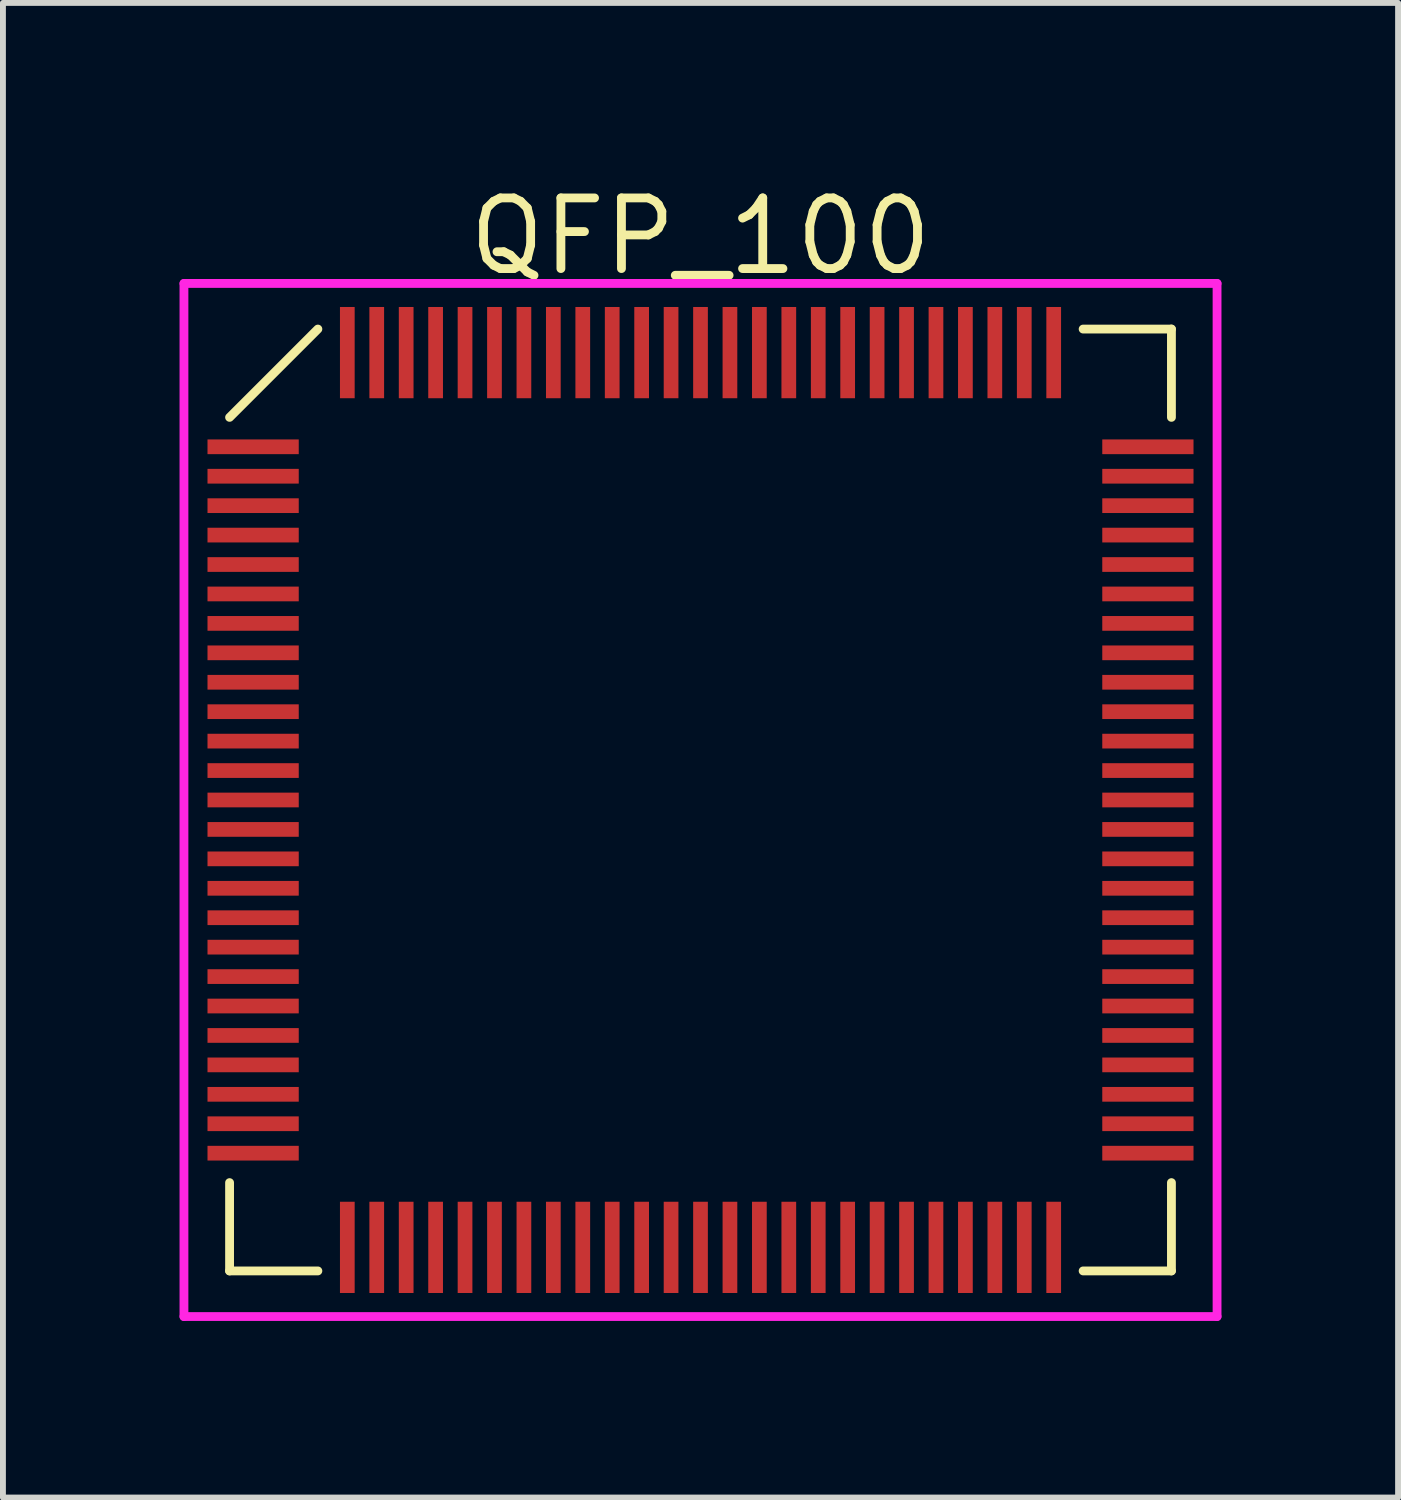
<source format=kicad_pcb>
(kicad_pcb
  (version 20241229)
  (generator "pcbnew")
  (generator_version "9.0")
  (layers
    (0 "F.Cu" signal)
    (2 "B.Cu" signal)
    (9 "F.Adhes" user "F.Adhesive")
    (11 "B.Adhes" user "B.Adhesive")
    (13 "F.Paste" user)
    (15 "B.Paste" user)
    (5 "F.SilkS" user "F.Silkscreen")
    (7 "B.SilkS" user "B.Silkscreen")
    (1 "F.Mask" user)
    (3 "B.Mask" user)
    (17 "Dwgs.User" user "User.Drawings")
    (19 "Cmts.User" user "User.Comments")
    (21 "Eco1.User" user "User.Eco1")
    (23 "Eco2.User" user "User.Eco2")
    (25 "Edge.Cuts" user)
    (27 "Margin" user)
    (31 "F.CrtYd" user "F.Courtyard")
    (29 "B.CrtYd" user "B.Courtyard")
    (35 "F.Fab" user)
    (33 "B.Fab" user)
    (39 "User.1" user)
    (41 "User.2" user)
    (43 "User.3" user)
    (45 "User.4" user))
  (footprint "QFP_100"
    (layer "F.Cu")
    (at 8.85 10.54)
    (property "Reference" "QFP_100" (at 0 -9.575 0) (layer "F.SilkS") (effects (font (size 1.2 1.2) (thickness 0.15))))
    (attr through_hole)
    (fp_line (start -8 -6.5) (end -6.5 -8) (stroke (width 0.15) (type solid)) (layer "F.SilkS"))
    (fp_line (start -8 8) (end -8 6.5) (stroke (width 0.15) (type solid)) (layer "F.SilkS"))
    (fp_line (start -6.5 8) (end -8 8) (stroke (width 0.15) (type solid)) (layer "F.SilkS"))
    (fp_line (start 6.5 -8) (end 8 -8) (stroke (width 0.15) (type solid)) (layer "F.SilkS"))
    (fp_line (start 6.5 8) (end 8 8) (stroke (width 0.15) (type solid)) (layer "F.SilkS"))
    (fp_line (start 8 -8) (end 8 -6.5) (stroke (width 0.15) (type solid)) (layer "F.SilkS"))
    (fp_line (start 8 8) (end 8 6.5) (stroke (width 0.15) (type solid)) (layer "F.SilkS"))
    (fp_line (start -8.775 -8.775) (end 8.775 -8.775) (stroke (width 0.15) (type solid)) (layer "F.CrtYd"))
    (fp_line (start -8.775 8.775) (end -8.775 -8.775) (stroke (width 0.15) (type solid)) (layer "F.CrtYd"))
    (fp_line (start 8.775 -8.775) (end 8.775 8.775) (stroke (width 0.15) (type solid)) (layer "F.CrtYd"))
    (fp_line (start 8.775 8.775) (end -8.775 8.775) (stroke (width 0.15) (type solid)) (layer "F.CrtYd"))
    (pad "1" smd rect (at -7.6 -6 90) (size 0.25 1.55) (layers "F.Cu" "F.Mask" "F.Paste"))
    (pad "2" smd rect (at -7.6 -5.5 90) (size 0.25 1.55) (layers "F.Cu" "F.Mask" "F.Paste"))
    (pad "3" smd rect (at -7.6 -5 90) (size 0.25 1.55) (layers "F.Cu" "F.Mask" "F.Paste"))
    (pad "4" smd rect (at -7.6 -4.5 90) (size 0.25 1.55) (layers "F.Cu" "F.Mask" "F.Paste"))
    (pad "5" smd rect (at -7.6 -4 90) (size 0.25 1.55) (layers "F.Cu" "F.Mask" "F.Paste"))
    (pad "6" smd rect (at -7.6 -3.5 90) (size 0.25 1.55) (layers "F.Cu" "F.Mask" "F.Paste"))
    (pad "7" smd rect (at -7.6 -3 90) (size 0.25 1.55) (layers "F.Cu" "F.Mask" "F.Paste"))
    (pad "8" smd rect (at -7.6 -2.5 90) (size 0.25 1.55) (layers "F.Cu" "F.Mask" "F.Paste"))
    (pad "9" smd rect (at -7.6 -2 90) (size 0.25 1.55) (layers "F.Cu" "F.Mask" "F.Paste"))
    (pad "10" smd rect (at -7.6 -1.5 90) (size 0.25 1.55) (layers "F.Cu" "F.Mask" "F.Paste"))
    (pad "11" smd rect (at -7.6 -1 90) (size 0.25 1.55) (layers "F.Cu" "F.Mask" "F.Paste"))
    (pad "12" smd rect (at -7.6 -0.5 90) (size 0.25 1.55) (layers "F.Cu" "F.Mask" "F.Paste"))
    (pad "13" smd rect (at -7.6 0 90) (size 0.25 1.55) (layers "F.Cu" "F.Mask" "F.Paste"))
    (pad "14" smd rect (at -7.6 0.5 90) (size 0.25 1.55) (layers "F.Cu" "F.Mask" "F.Paste"))
    (pad "15" smd rect (at -7.6 1 90) (size 0.25 1.55) (layers "F.Cu" "F.Mask" "F.Paste"))
    (pad "16" smd rect (at -7.6 1.5 90) (size 0.25 1.55) (layers "F.Cu" "F.Mask" "F.Paste"))
    (pad "17" smd rect (at -7.6 2 90) (size 0.25 1.55) (layers "F.Cu" "F.Mask" "F.Paste"))
    (pad "18" smd rect (at -7.6 2.5 90) (size 0.25 1.55) (layers "F.Cu" "F.Mask" "F.Paste"))
    (pad "19" smd rect (at -7.6 3 90) (size 0.25 1.55) (layers "F.Cu" "F.Mask" "F.Paste"))
    (pad "20" smd rect (at -7.6 3.5 90) (size 0.25 1.55) (layers "F.Cu" "F.Mask" "F.Paste"))
    (pad "21" smd rect (at -7.6 4 90) (size 0.25 1.55) (layers "F.Cu" "F.Mask" "F.Paste"))
    (pad "22" smd rect (at -7.6 4.5 90) (size 0.25 1.55) (layers "F.Cu" "F.Mask" "F.Paste"))
    (pad "23" smd rect (at -7.6 5 90) (size 0.25 1.55) (layers "F.Cu" "F.Mask" "F.Paste"))
    (pad "24" smd rect (at -7.6 5.5 90) (size 0.25 1.55) (layers "F.Cu" "F.Mask" "F.Paste"))
    (pad "25" smd rect (at -7.6 6 90) (size 0.25 1.55) (layers "F.Cu" "F.Mask" "F.Paste"))
    (pad "26" smd rect (at -6 7.6) (size 0.25 1.55) (layers "F.Cu" "F.Mask" "F.Paste"))
    (pad "27" smd rect (at -5.5 7.6) (size 0.25 1.55) (layers "F.Cu" "F.Mask" "F.Paste"))
    (pad "28" smd rect (at -5 7.6) (size 0.25 1.55) (layers "F.Cu" "F.Mask" "F.Paste"))
    (pad "29" smd rect (at -4.5 7.6) (size 0.25 1.55) (layers "F.Cu" "F.Mask" "F.Paste"))
    (pad "30" smd rect (at -4 7.6) (size 0.25 1.55) (layers "F.Cu" "F.Mask" "F.Paste"))
    (pad "31" smd rect (at -3.5 7.6) (size 0.25 1.55) (layers "F.Cu" "F.Mask" "F.Paste"))
    (pad "32" smd rect (at -3 7.6) (size 0.25 1.55) (layers "F.Cu" "F.Mask" "F.Paste"))
    (pad "33" smd rect (at -2.5 7.6) (size 0.25 1.55) (layers "F.Cu" "F.Mask" "F.Paste"))
    (pad "34" smd rect (at -2 7.6) (size 0.25 1.55) (layers "F.Cu" "F.Mask" "F.Paste"))
    (pad "35" smd rect (at -1.5 7.6) (size 0.25 1.55) (layers "F.Cu" "F.Mask" "F.Paste"))
    (pad "36" smd rect (at -1 7.6) (size 0.25 1.55) (layers "F.Cu" "F.Mask" "F.Paste"))
    (pad "37" smd rect (at -0.5 7.6) (size 0.25 1.55) (layers "F.Cu" "F.Mask" "F.Paste"))
    (pad "38" smd rect (at 0 7.6) (size 0.25 1.55) (layers "F.Cu" "F.Mask" "F.Paste"))
    (pad "39" smd rect (at 0.5 7.6) (size 0.25 1.55) (layers "F.Cu" "F.Mask" "F.Paste"))
    (pad "40" smd rect (at 1 7.6) (size 0.25 1.55) (layers "F.Cu" "F.Mask" "F.Paste"))
    (pad "41" smd rect (at 1.5 7.6) (size 0.25 1.55) (layers "F.Cu" "F.Mask" "F.Paste"))
    (pad "42" smd rect (at 2 7.6) (size 0.25 1.55) (layers "F.Cu" "F.Mask" "F.Paste"))
    (pad "43" smd rect (at 2.5 7.6) (size 0.25 1.55) (layers "F.Cu" "F.Mask" "F.Paste"))
    (pad "44" smd rect (at 3 7.6) (size 0.25 1.55) (layers "F.Cu" "F.Mask" "F.Paste"))
    (pad "45" smd rect (at 3.5 7.6) (size 0.25 1.55) (layers "F.Cu" "F.Mask" "F.Paste"))
    (pad "46" smd rect (at 4 7.6) (size 0.25 1.55) (layers "F.Cu" "F.Mask" "F.Paste"))
    (pad "47" smd rect (at 4.5 7.6) (size 0.25 1.55) (layers "F.Cu" "F.Mask" "F.Paste"))
    (pad "48" smd rect (at 5 7.6) (size 0.25 1.55) (layers "F.Cu" "F.Mask" "F.Paste"))
    (pad "49" smd rect (at 5.5 7.6) (size 0.25 1.55) (layers "F.Cu" "F.Mask" "F.Paste"))
    (pad "50" smd rect (at 6 7.6) (size 0.25 1.55) (layers "F.Cu" "F.Mask" "F.Paste"))
    (pad "51" smd rect (at 7.6 6 90) (size 0.25 1.55) (layers "F.Cu" "F.Mask" "F.Paste"))
    (pad "52" smd rect (at 7.6 5.5 90) (size 0.25 1.55) (layers "F.Cu" "F.Mask" "F.Paste"))
    (pad "53" smd rect (at 7.6 5 90) (size 0.25 1.55) (layers "F.Cu" "F.Mask" "F.Paste"))
    (pad "54" smd rect (at 7.6 4.5 90) (size 0.25 1.55) (layers "F.Cu" "F.Mask" "F.Paste"))
    (pad "55" smd rect (at 7.6 4 90) (size 0.25 1.55) (layers "F.Cu" "F.Mask" "F.Paste"))
    (pad "56" smd rect (at 7.6 3.5 90) (size 0.25 1.55) (layers "F.Cu" "F.Mask" "F.Paste"))
    (pad "57" smd rect (at 7.6 3 90) (size 0.25 1.55) (layers "F.Cu" "F.Mask" "F.Paste"))
    (pad "58" smd rect (at 7.6 2.5 90) (size 0.25 1.55) (layers "F.Cu" "F.Mask" "F.Paste"))
    (pad "59" smd rect (at 7.6 2 90) (size 0.25 1.55) (layers "F.Cu" "F.Mask" "F.Paste"))
    (pad "60" smd rect (at 7.6 1.5 90) (size 0.25 1.55) (layers "F.Cu" "F.Mask" "F.Paste"))
    (pad "61" smd rect (at 7.6 1 90) (size 0.25 1.55) (layers "F.Cu" "F.Mask" "F.Paste"))
    (pad "62" smd rect (at 7.6 0.5 90) (size 0.25 1.55) (layers "F.Cu" "F.Mask" "F.Paste"))
    (pad "63" smd rect (at 7.6 0 90) (size 0.25 1.55) (layers "F.Cu" "F.Mask" "F.Paste"))
    (pad "64" smd rect (at 7.6 -0.5 90) (size 0.25 1.55) (layers "F.Cu" "F.Mask" "F.Paste"))
    (pad "65" smd rect (at 7.6 -1 90) (size 0.25 1.55) (layers "F.Cu" "F.Mask" "F.Paste"))
    (pad "66" smd rect (at 7.6 -1.5 90) (size 0.25 1.55) (layers "F.Cu" "F.Mask" "F.Paste"))
    (pad "67" smd rect (at 7.6 -2 90) (size 0.25 1.55) (layers "F.Cu" "F.Mask" "F.Paste"))
    (pad "68" smd rect (at 7.6 -2.5 90) (size 0.25 1.55) (layers "F.Cu" "F.Mask" "F.Paste"))
    (pad "69" smd rect (at 7.6 -3 90) (size 0.25 1.55) (layers "F.Cu" "F.Mask" "F.Paste"))
    (pad "70" smd rect (at 7.6 -3.5 90) (size 0.25 1.55) (layers "F.Cu" "F.Mask" "F.Paste"))
    (pad "71" smd rect (at 7.6 -4 90) (size 0.25 1.55) (layers "F.Cu" "F.Mask" "F.Paste"))
    (pad "72" smd rect (at 7.6 -4.5 90) (size 0.25 1.55) (layers "F.Cu" "F.Mask" "F.Paste"))
    (pad "73" smd rect (at 7.6 -5 90) (size 0.25 1.55) (layers "F.Cu" "F.Mask" "F.Paste"))
    (pad "74" smd rect (at 7.6 -5.5 90) (size 0.25 1.55) (layers "F.Cu" "F.Mask" "F.Paste"))
    (pad "75" smd rect (at 7.6 -6 90) (size 0.25 1.55) (layers "F.Cu" "F.Mask" "F.Paste"))
    (pad "76" smd rect (at 6 -7.6) (size 0.25 1.55) (layers "F.Cu" "F.Mask" "F.Paste"))
    (pad "77" smd rect (at 5.5 -7.6) (size 0.25 1.55) (layers "F.Cu" "F.Mask" "F.Paste"))
    (pad "78" smd rect (at 5 -7.6) (size 0.25 1.55) (layers "F.Cu" "F.Mask" "F.Paste"))
    (pad "79" smd rect (at 4.5 -7.6) (size 0.25 1.55) (layers "F.Cu" "F.Mask" "F.Paste"))
    (pad "80" smd rect (at 4 -7.6) (size 0.25 1.55) (layers "F.Cu" "F.Mask" "F.Paste"))
    (pad "81" smd rect (at 3.5 -7.6) (size 0.25 1.55) (layers "F.Cu" "F.Mask" "F.Paste"))
    (pad "82" smd rect (at 3 -7.6) (size 0.25 1.55) (layers "F.Cu" "F.Mask" "F.Paste"))
    (pad "83" smd rect (at 2.5 -7.6) (size 0.25 1.55) (layers "F.Cu" "F.Mask" "F.Paste"))
    (pad "84" smd rect (at 2 -7.6) (size 0.25 1.55) (layers "F.Cu" "F.Mask" "F.Paste"))
    (pad "85" smd rect (at 1.5 -7.6) (size 0.25 1.55) (layers "F.Cu" "F.Mask" "F.Paste"))
    (pad "86" smd rect (at 1 -7.6) (size 0.25 1.55) (layers "F.Cu" "F.Mask" "F.Paste"))
    (pad "87" smd rect (at 0.5 -7.6) (size 0.25 1.55) (layers "F.Cu" "F.Mask" "F.Paste"))
    (pad "88" smd rect (at 0 -7.6) (size 0.25 1.55) (layers "F.Cu" "F.Mask" "F.Paste"))
    (pad "89" smd rect (at -0.5 -7.6) (size 0.25 1.55) (layers "F.Cu" "F.Mask" "F.Paste"))
    (pad "90" smd rect (at -1 -7.6) (size 0.25 1.55) (layers "F.Cu" "F.Mask" "F.Paste"))
    (pad "91" smd rect (at -1.5 -7.6) (size 0.25 1.55) (layers "F.Cu" "F.Mask" "F.Paste"))
    (pad "92" smd rect (at -2 -7.6) (size 0.25 1.55) (layers "F.Cu" "F.Mask" "F.Paste"))
    (pad "93" smd rect (at -2.5 -7.6) (size 0.25 1.55) (layers "F.Cu" "F.Mask" "F.Paste"))
    (pad "94" smd rect (at -3 -7.6) (size 0.25 1.55) (layers "F.Cu" "F.Mask" "F.Paste"))
    (pad "95" smd rect (at -3.5 -7.6) (size 0.25 1.55) (layers "F.Cu" "F.Mask" "F.Paste"))
    (pad "96" smd rect (at -4 -7.6) (size 0.25 1.55) (layers "F.Cu" "F.Mask" "F.Paste"))
    (pad "97" smd rect (at -4.5 -7.6) (size 0.25 1.55) (layers "F.Cu" "F.Mask" "F.Paste"))
    (pad "98" smd rect (at -5 -7.6) (size 0.25 1.55) (layers "F.Cu" "F.Mask" "F.Paste"))
    (pad "99" smd rect (at -5.5 -7.6) (size 0.25 1.55) (layers "F.Cu" "F.Mask" "F.Paste"))
    (pad "100" smd rect (at -6 -7.6) (size 0.25 1.55) (layers "F.Cu" "F.Mask" "F.Paste")))
  (gr_rect
    (start -3 -3)
    (end 20.7 22.39)
    (stroke (width 0.1) (type default))
    (fill no)
    (layer "Edge.Cuts")))
</source>
